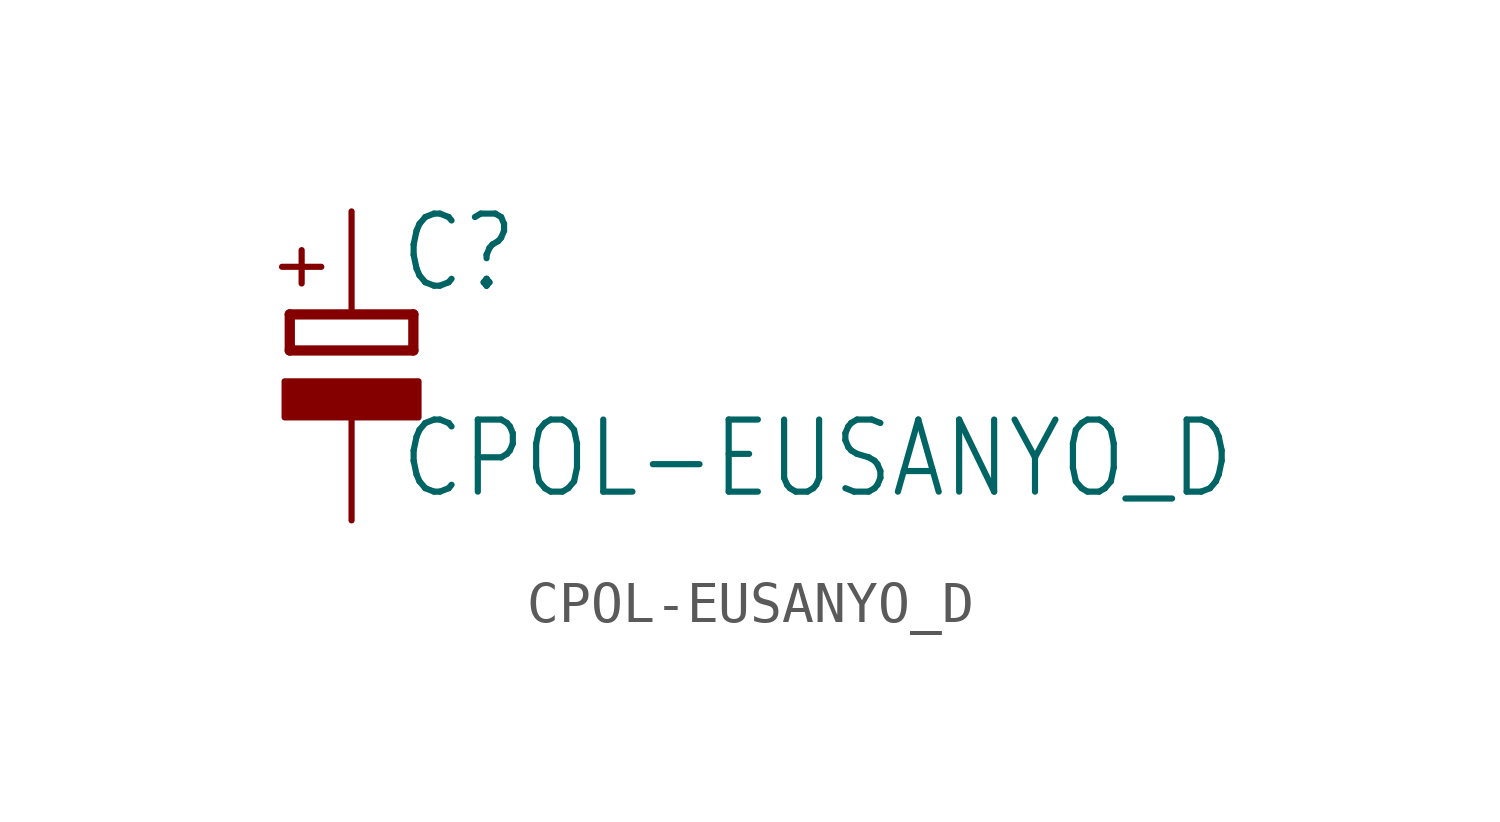
<source format=kicad_sym>
(kicad_symbol_lib
  (version 20220914)
  (generator kicad_symbol_editor)
  (symbol "CPOL-EUSANYO_D"
    (property "Reference" "C"
      (at 1.143 0.483 0)
      (effects (font (size 1.778 1.511)) (justify left bottom)))
    (property "Value" "CPOL-EUSANYO_D"
      (at 1.143 -4.597 0)
      (effects (font (size 1.778 1.511)) (justify left bottom)))
    (property "ki_locked" ""
      (at 0 0 0)
      (effects (font (size 1.27 1.27))))
    (symbol "CPOL-EUSANYO_D_1_0"
      (rectangle (start -1.651 -2.54) (end 1.651 -1.651) (stroke (width 0) (type default)) (fill (type outline)))
      (polyline (pts (xy -1.524 -0.889) (xy 1.524 -0.889)) (stroke (width 0.254) (type default)) (fill (type none)))
      (polyline (pts (xy -1.524 0) (xy -1.524 -0.889)) (stroke (width 0.254) (type default)) (fill (type none)))
      (polyline (pts (xy -1.524 0) (xy 1.524 0)) (stroke (width 0.254) (type default)) (fill (type none)))
      (polyline (pts (xy 1.524 -0.889) (xy 1.524 0)) (stroke (width 0.254) (type default)) (fill (type none)))
      (text "+" (at -0.584 0.406 900) (effects (font (size 1.27 1.079)) (justify left bottom)))
      (pin passive line (at 0 2.54 270) (length 2.54) (name "+" (effects (font (size 0 0)))) (number "+" (effects (font (size 0 0)))))
      (pin passive line (at 0 -5.08 90) (length 2.54) (name "-" (effects (font (size 0 0)))) (number "-" (effects (font (size 0 0))))))))
</source>
